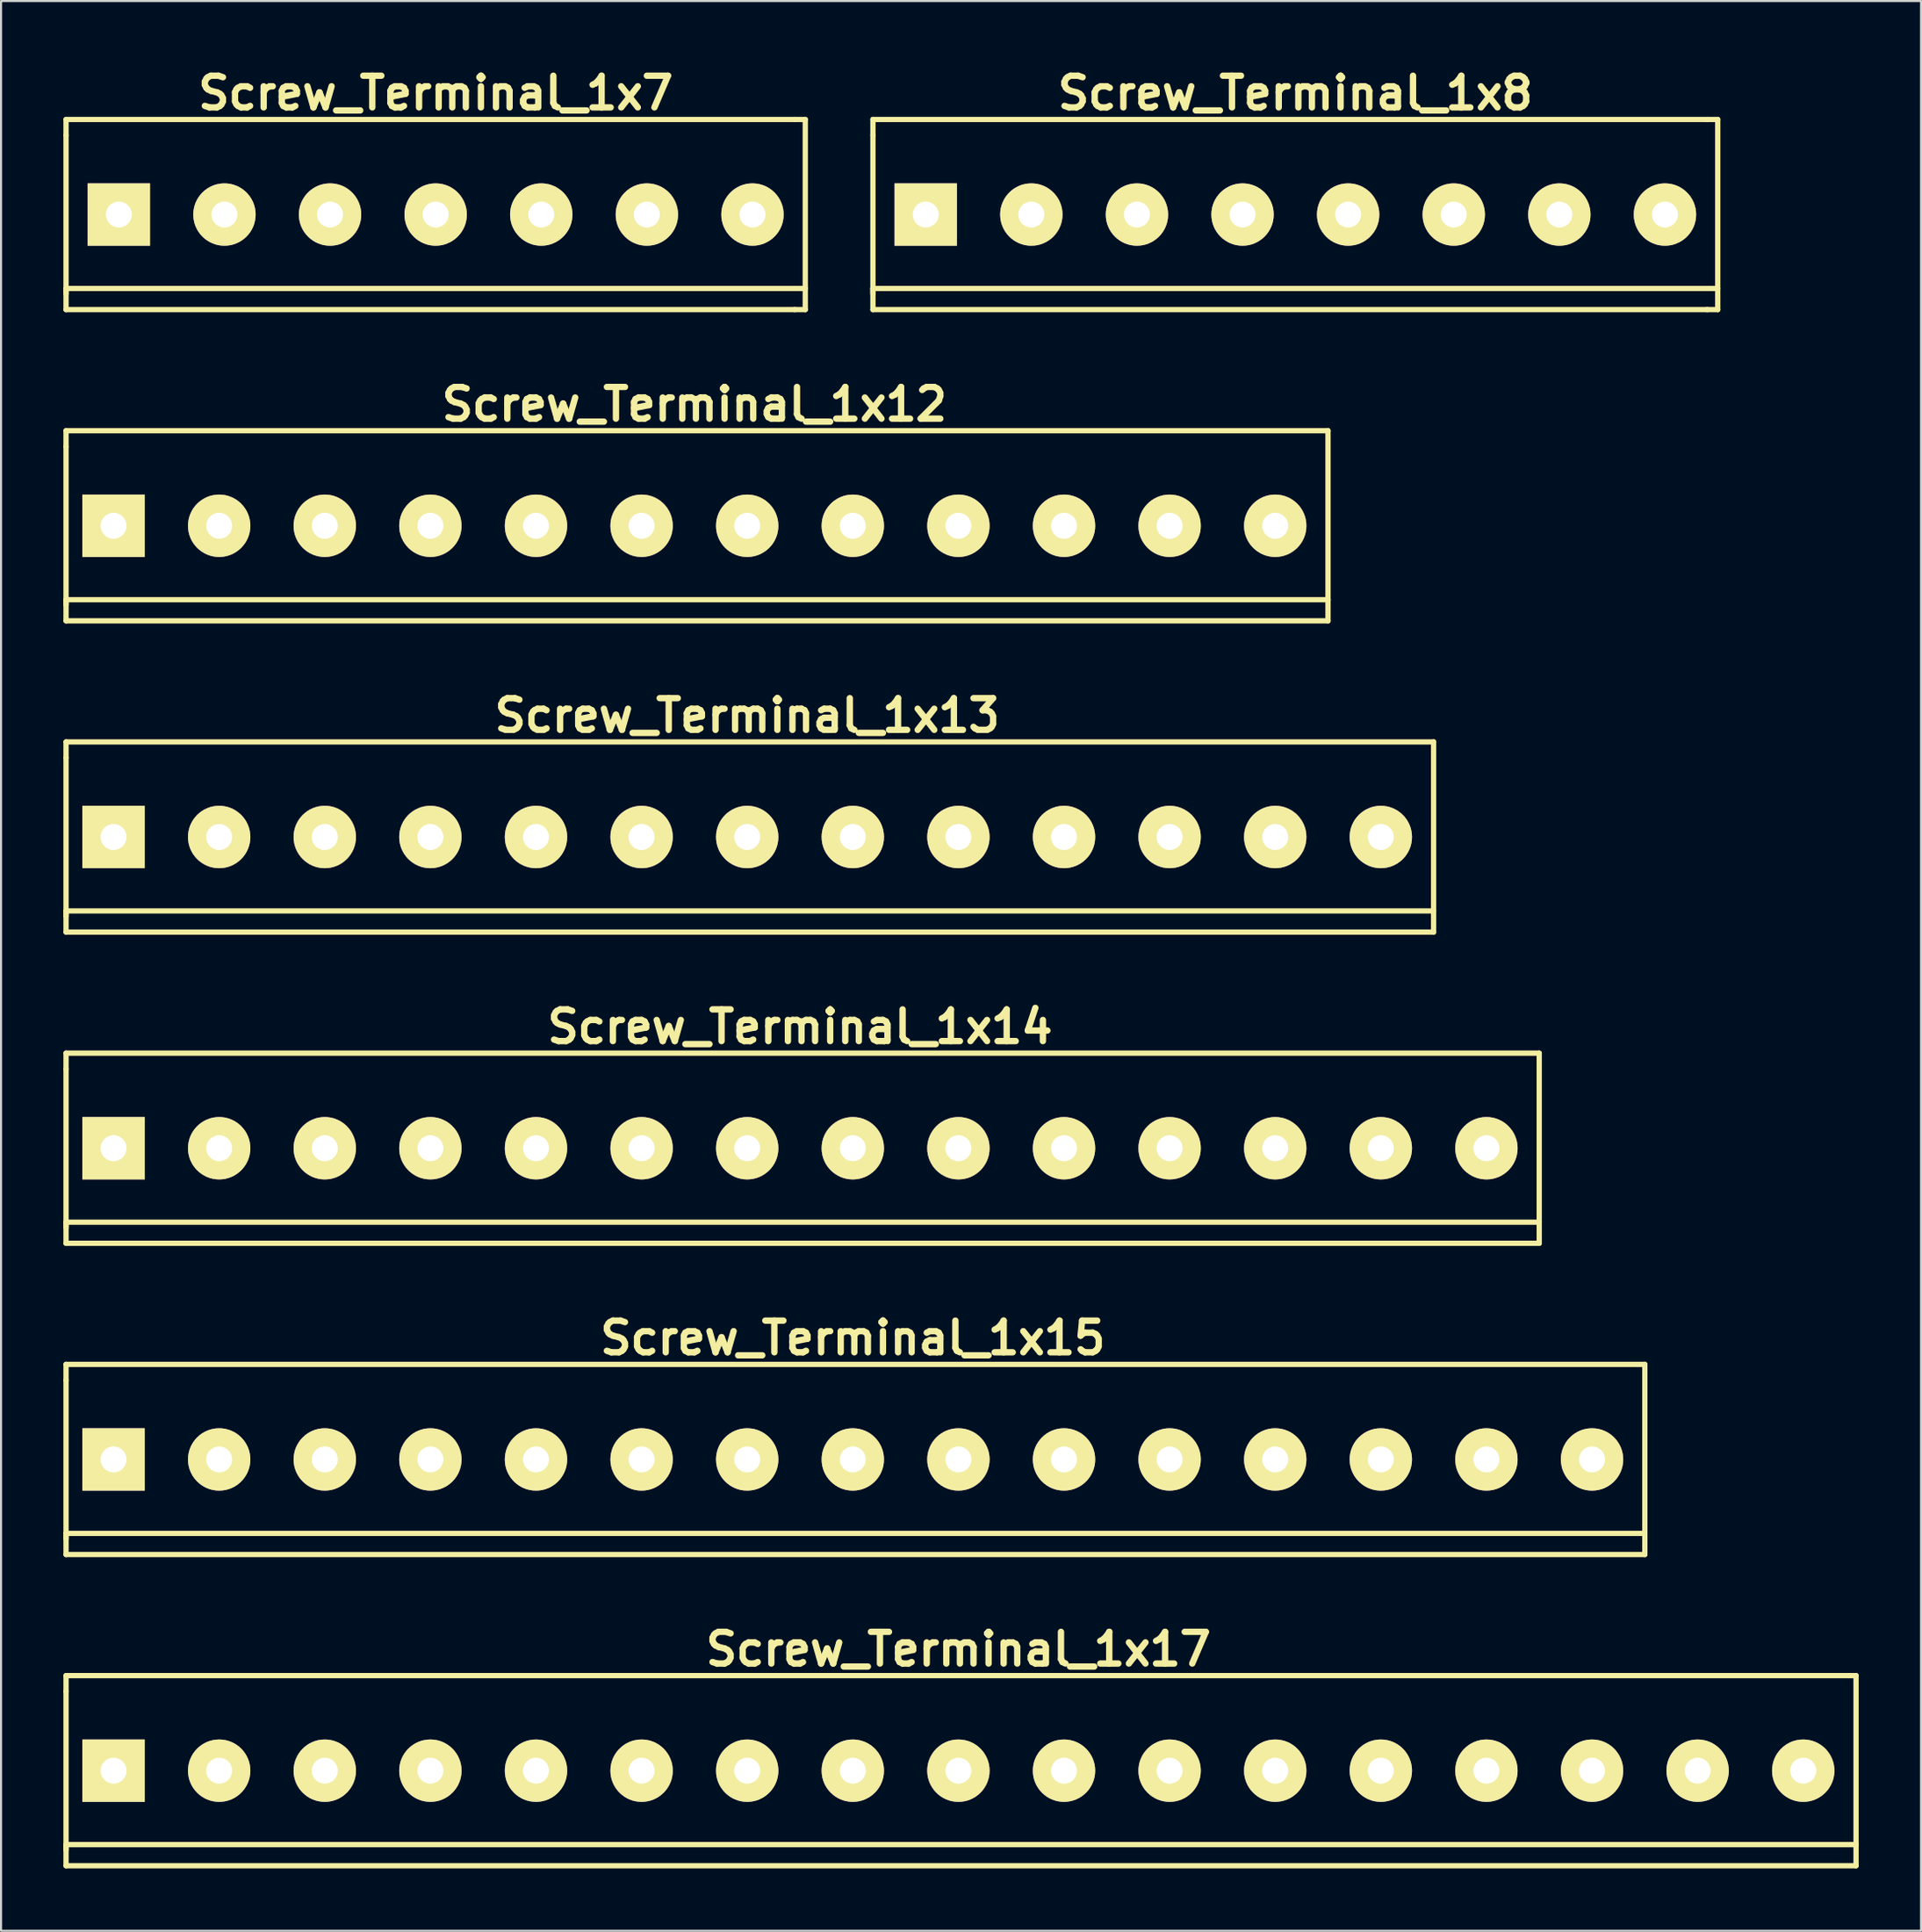
<source format=kicad_pcb>
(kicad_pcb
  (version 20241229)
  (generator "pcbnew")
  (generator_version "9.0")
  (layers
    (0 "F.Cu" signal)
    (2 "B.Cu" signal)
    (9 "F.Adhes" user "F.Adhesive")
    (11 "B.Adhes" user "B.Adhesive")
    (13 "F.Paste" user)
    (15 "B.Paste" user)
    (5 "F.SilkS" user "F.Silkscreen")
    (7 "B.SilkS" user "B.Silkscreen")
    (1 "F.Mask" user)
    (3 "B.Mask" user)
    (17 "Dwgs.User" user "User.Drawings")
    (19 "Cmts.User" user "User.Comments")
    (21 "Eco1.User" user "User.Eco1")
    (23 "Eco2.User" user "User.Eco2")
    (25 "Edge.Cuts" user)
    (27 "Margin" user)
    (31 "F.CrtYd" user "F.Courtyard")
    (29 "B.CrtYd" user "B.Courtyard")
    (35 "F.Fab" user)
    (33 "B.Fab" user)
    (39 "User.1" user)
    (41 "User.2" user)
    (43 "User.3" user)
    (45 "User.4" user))
  (footprint "Screw_Terminal_1x12"
    (layer "F.Cu")
    (at 30.353 22.236)
    (property "Reference" "Screw_Terminal_1x12" (at 0 -5.842 0) (layer "F.SilkS") (effects (font (size 1.524 1.524) (thickness 0.305))))
    (attr through_hole)
    (fp_line (start -30.226 -4.572) (end -30.226 -3.81) (stroke (width 0.254) (type solid)) (layer "F.SilkS"))
    (fp_line (start -30.226 3.81) (end -30.226 -3.81) (stroke (width 0.254) (type solid)) (layer "F.SilkS"))
    (fp_line (start -30.226 4.572) (end -30.226 3.556) (stroke (width 0.254) (type solid)) (layer "F.SilkS"))
    (fp_line (start -30.226 4.572) (end 30.48 4.572) (stroke (width 0.254) (type solid)) (layer "F.SilkS"))
    (fp_line (start 30.48 -4.572) (end -30.226 -4.572) (stroke (width 0.254) (type solid)) (layer "F.SilkS"))
    (fp_line (start 30.48 -4.572) (end 30.48 4.572) (stroke (width 0.254) (type solid)) (layer "F.SilkS"))
    (fp_line (start 30.48 3.556) (end -30.226 3.556) (stroke (width 0.254) (type solid)) (layer "F.SilkS"))
    (pad "1" thru_hole rect (at -27.94 0) (size 3 3) (drill 1.25) (layers "*.Cu" "*.Mask" "F.SilkS"))
    (pad "2" thru_hole circle (at -22.86 0) (size 3 3) (drill 1.25) (layers "*.Cu" "*.Mask" "F.SilkS"))
    (pad "3" thru_hole circle (at -17.78 0) (size 3 3) (drill 1.25) (layers "*.Cu" "*.Mask" "F.SilkS"))
    (pad "4" thru_hole circle (at -12.7 0) (size 3 3) (drill 1.25) (layers "*.Cu" "*.Mask" "F.SilkS"))
    (pad "5" thru_hole circle (at -7.62 0) (size 3 3) (drill 1.25) (layers "*.Cu" "*.Mask" "F.SilkS"))
    (pad "6" thru_hole circle (at -2.54 0) (size 3 3) (drill 1.25) (layers "*.Cu" "*.Mask" "F.SilkS"))
    (pad "7" thru_hole circle (at 2.54 0) (size 3 3) (drill 1.25) (layers "*.Cu" "*.Mask" "F.SilkS"))
    (pad "8" thru_hole circle (at 7.62 0) (size 3 3) (drill 1.25) (layers "*.Cu" "*.Mask" "F.SilkS"))
    (pad "9" thru_hole circle (at 12.7 0) (size 3 3) (drill 1.25) (layers "*.Cu" "*.Mask" "F.SilkS"))
    (pad "10" thru_hole circle (at 17.78 0) (size 3 3) (drill 1.25) (layers "*.Cu" "*.Mask" "F.SilkS"))
    (pad "11" thru_hole circle (at 22.86 0) (size 3 3) (drill 1.25) (layers "*.Cu" "*.Mask" "F.SilkS"))
    (pad "12" thru_hole circle (at 27.94 0) (size 3 3) (drill 1.25) (layers "*.Cu" "*.Mask" "F.SilkS")))
  (footprint "Screw_Terminal_1x8"
    (layer "F.Cu")
    (at 59.261 7.268)
    (property "Reference" "Screw_Terminal_1x8" (at 0 -5.842 0) (layer "F.SilkS") (effects (font (size 1.524 1.524) (thickness 0.305))))
    (attr through_hole)
    (fp_line (start -20.32 -4.572) (end -20.32 -3.81) (stroke (width 0.254) (type solid)) (layer "F.SilkS"))
    (fp_line (start -20.32 -4.572) (end 19.812 -4.572) (stroke (width 0.254) (type solid)) (layer "F.SilkS"))
    (fp_line (start -20.32 3.556) (end 19.812 3.556) (stroke (width 0.254) (type solid)) (layer "F.SilkS"))
    (fp_line (start -20.32 3.81) (end -20.32 -3.81) (stroke (width 0.254) (type solid)) (layer "F.SilkS"))
    (fp_line (start -20.32 4.572) (end -20.32 3.556) (stroke (width 0.254) (type solid)) (layer "F.SilkS"))
    (fp_line (start 19.812 -4.572) (end 20.32 -4.572) (stroke (width 0.254) (type solid)) (layer "F.SilkS"))
    (fp_line (start 19.812 3.556) (end 20.32 3.556) (stroke (width 0.254) (type solid)) (layer "F.SilkS"))
    (fp_line (start 19.812 4.572) (end -20.32 4.572) (stroke (width 0.254) (type solid)) (layer "F.SilkS"))
    (fp_line (start 20.32 -4.572) (end 20.32 4.572) (stroke (width 0.254) (type solid)) (layer "F.SilkS"))
    (fp_line (start 20.32 4.572) (end 19.812 4.572) (stroke (width 0.254) (type solid)) (layer "F.SilkS"))
    (pad "1" thru_hole rect (at -17.78 0) (size 3 3) (drill 1.25) (layers "*.Cu" "*.Mask" "F.SilkS"))
    (pad "2" thru_hole circle (at -12.7 0) (size 3 3) (drill 1.25) (layers "*.Cu" "*.Mask" "F.SilkS"))
    (pad "3" thru_hole circle (at -7.62 0) (size 3 3) (drill 1.25) (layers "*.Cu" "*.Mask" "F.SilkS"))
    (pad "4" thru_hole circle (at -2.54 0) (size 3 3) (drill 1.25) (layers "*.Cu" "*.Mask" "F.SilkS"))
    (pad "5" thru_hole circle (at 2.54 0) (size 3 3) (drill 1.25) (layers "*.Cu" "*.Mask" "F.SilkS"))
    (pad "6" thru_hole circle (at 7.62 0) (size 3 3) (drill 1.25) (layers "*.Cu" "*.Mask" "F.SilkS"))
    (pad "7" thru_hole circle (at 12.7 0) (size 3 3) (drill 1.25) (layers "*.Cu" "*.Mask" "F.SilkS"))
    (pad "8" thru_hole circle (at 17.78 0) (size 3 3) (drill 1.25) (layers "*.Cu" "*.Mask" "F.SilkS")))
  (footprint "Screw_Terminal_1x14"
    (layer "F.Cu")
    (at 35.433 52.171)
    (property "Reference" "Screw_Terminal_1x14" (at 0 -5.842 0) (layer "F.SilkS") (effects (font (size 1.524 1.524) (thickness 0.305))))
    (attr through_hole)
    (fp_line (start -35.306 -4.572) (end -35.306 -3.81) (stroke (width 0.254) (type solid)) (layer "F.SilkS"))
    (fp_line (start -35.306 3.81) (end -35.306 -3.81) (stroke (width 0.254) (type solid)) (layer "F.SilkS"))
    (fp_line (start -35.306 4.572) (end -35.306 3.556) (stroke (width 0.254) (type solid)) (layer "F.SilkS"))
    (fp_line (start -35.306 4.572) (end 35.56 4.572) (stroke (width 0.254) (type solid)) (layer "F.SilkS"))
    (fp_line (start 35.56 -4.572) (end -35.306 -4.572) (stroke (width 0.254) (type solid)) (layer "F.SilkS"))
    (fp_line (start 35.56 -4.572) (end 35.56 4.572) (stroke (width 0.254) (type solid)) (layer "F.SilkS"))
    (fp_line (start 35.56 3.556) (end -35.306 3.556) (stroke (width 0.254) (type solid)) (layer "F.SilkS"))
    (pad "1" thru_hole rect (at -33.02 0) (size 3 3) (drill 1.25) (layers "*.Cu" "*.Mask" "F.SilkS"))
    (pad "2" thru_hole circle (at -27.94 0) (size 3 3) (drill 1.25) (layers "*.Cu" "*.Mask" "F.SilkS"))
    (pad "3" thru_hole circle (at -22.86 0) (size 3 3) (drill 1.25) (layers "*.Cu" "*.Mask" "F.SilkS"))
    (pad "4" thru_hole circle (at -17.78 0) (size 3 3) (drill 1.25) (layers "*.Cu" "*.Mask" "F.SilkS"))
    (pad "5" thru_hole circle (at -12.7 0) (size 3 3) (drill 1.25) (layers "*.Cu" "*.Mask" "F.SilkS"))
    (pad "6" thru_hole circle (at -7.62 0) (size 3 3) (drill 1.25) (layers "*.Cu" "*.Mask" "F.SilkS"))
    (pad "7" thru_hole circle (at -2.54 0) (size 3 3) (drill 1.25) (layers "*.Cu" "*.Mask" "F.SilkS"))
    (pad "8" thru_hole circle (at 2.54 0) (size 3 3) (drill 1.25) (layers "*.Cu" "*.Mask" "F.SilkS"))
    (pad "9" thru_hole circle (at 7.62 0) (size 3 3) (drill 1.25) (layers "*.Cu" "*.Mask" "F.SilkS"))
    (pad "10" thru_hole circle (at 12.7 0) (size 3 3) (drill 1.25) (layers "*.Cu" "*.Mask" "F.SilkS"))
    (pad "11" thru_hole circle (at 17.78 0) (size 3 3) (drill 1.25) (layers "*.Cu" "*.Mask" "F.SilkS"))
    (pad "12" thru_hole circle (at 22.86 0) (size 3 3) (drill 1.25) (layers "*.Cu" "*.Mask" "F.SilkS"))
    (pad "13" thru_hole circle (at 27.94 0) (size 3 3) (drill 1.25) (layers "*.Cu" "*.Mask" "F.SilkS"))
    (pad "14" thru_hole circle (at 33.02 0) (size 3 3) (drill 1.25) (layers "*.Cu" "*.Mask" "F.SilkS")))
  (footprint "Screw_Terminal_1x7"
    (layer "F.Cu")
    (at 17.907 7.268)
    (property "Reference" "Screw_Terminal_1x7" (at 0 -5.842 0) (layer "F.SilkS") (effects (font (size 1.524 1.524) (thickness 0.305))))
    (attr through_hole)
    (fp_line (start -17.78 -4.572) (end -17.78 -3.81) (stroke (width 0.254) (type solid)) (layer "F.SilkS"))
    (fp_line (start -17.78 -4.572) (end 17.272 -4.572) (stroke (width 0.254) (type solid)) (layer "F.SilkS"))
    (fp_line (start -17.78 3.81) (end -17.78 -3.81) (stroke (width 0.254) (type solid)) (layer "F.SilkS"))
    (fp_line (start -17.78 4.572) (end -17.78 3.556) (stroke (width 0.254) (type solid)) (layer "F.SilkS"))
    (fp_line (start 17.272 -4.572) (end 17.78 -4.572) (stroke (width 0.254) (type solid)) (layer "F.SilkS"))
    (fp_line (start 17.272 3.556) (end -17.78 3.556) (stroke (width 0.254) (type solid)) (layer "F.SilkS"))
    (fp_line (start 17.272 3.556) (end 17.78 3.556) (stroke (width 0.254) (type solid)) (layer "F.SilkS"))
    (fp_line (start 17.272 4.572) (end -17.78 4.572) (stroke (width 0.254) (type solid)) (layer "F.SilkS"))
    (fp_line (start 17.272 4.572) (end 17.78 4.572) (stroke (width 0.254) (type solid)) (layer "F.SilkS"))
    (fp_line (start 17.78 -4.572) (end 17.78 4.572) (stroke (width 0.254) (type solid)) (layer "F.SilkS"))
    (pad "1" thru_hole rect (at -15.24 0) (size 3 3) (drill 1.25) (layers "*.Cu" "*.Mask" "F.SilkS"))
    (pad "2" thru_hole circle (at -10.16 0) (size 3 3) (drill 1.25) (layers "*.Cu" "*.Mask" "F.SilkS"))
    (pad "3" thru_hole circle (at -5.08 0) (size 3 3) (drill 1.25) (layers "*.Cu" "*.Mask" "F.SilkS"))
    (pad "4" thru_hole circle (at 0 0) (size 3 3) (drill 1.25) (layers "*.Cu" "*.Mask" "F.SilkS"))
    (pad "5" thru_hole circle (at 5.08 0) (size 3 3) (drill 1.25) (layers "*.Cu" "*.Mask" "F.SilkS"))
    (pad "6" thru_hole circle (at 10.16 0) (size 3 3) (drill 1.25) (layers "*.Cu" "*.Mask" "F.SilkS"))
    (pad "7" thru_hole circle (at 15.24 0) (size 3 3) (drill 1.25) (layers "*.Cu" "*.Mask" "F.SilkS")))
  (footprint "Screw_Terminal_1x17"
    (layer "F.Cu")
    (at 43.053 82.106)
    (property "Reference" "Screw_Terminal_1x17" (at 0 -5.842 0) (layer "F.SilkS") (effects (font (size 1.524 1.524) (thickness 0.305))))
    (attr through_hole)
    (fp_line (start -42.926 -4.572) (end -42.926 -3.81) (stroke (width 0.254) (type solid)) (layer "F.SilkS"))
    (fp_line (start -42.926 3.81) (end -42.926 -3.81) (stroke (width 0.254) (type solid)) (layer "F.SilkS"))
    (fp_line (start -42.926 4.572) (end -42.926 3.556) (stroke (width 0.254) (type solid)) (layer "F.SilkS"))
    (fp_line (start -42.926 4.572) (end 43.18 4.572) (stroke (width 0.254) (type solid)) (layer "F.SilkS"))
    (fp_line (start 43.18 -4.572) (end -42.926 -4.572) (stroke (width 0.254) (type solid)) (layer "F.SilkS"))
    (fp_line (start 43.18 -4.572) (end 43.18 4.572) (stroke (width 0.254) (type solid)) (layer "F.SilkS"))
    (fp_line (start 43.18 3.556) (end -42.926 3.556) (stroke (width 0.254) (type solid)) (layer "F.SilkS"))
    (pad "1" thru_hole rect (at -40.64 0) (size 3 3) (drill 1.25) (layers "*.Cu" "*.Mask" "F.SilkS"))
    (pad "2" thru_hole circle (at -35.56 0) (size 3 3) (drill 1.25) (layers "*.Cu" "*.Mask" "F.SilkS"))
    (pad "3" thru_hole circle (at -30.48 0) (size 3 3) (drill 1.25) (layers "*.Cu" "*.Mask" "F.SilkS"))
    (pad "4" thru_hole circle (at -25.4 0) (size 3 3) (drill 1.25) (layers "*.Cu" "*.Mask" "F.SilkS"))
    (pad "5" thru_hole circle (at -20.32 0) (size 3 3) (drill 1.25) (layers "*.Cu" "*.Mask" "F.SilkS"))
    (pad "6" thru_hole circle (at -15.24 0) (size 3 3) (drill 1.25) (layers "*.Cu" "*.Mask" "F.SilkS"))
    (pad "7" thru_hole circle (at -10.16 0) (size 3 3) (drill 1.25) (layers "*.Cu" "*.Mask" "F.SilkS"))
    (pad "8" thru_hole circle (at -5.08 0) (size 3 3) (drill 1.25) (layers "*.Cu" "*.Mask" "F.SilkS"))
    (pad "9" thru_hole circle (at 0 0) (size 3 3) (drill 1.25) (layers "*.Cu" "*.Mask" "F.SilkS"))
    (pad "10" thru_hole circle (at 5.08 0) (size 3 3) (drill 1.25) (layers "*.Cu" "*.Mask" "F.SilkS"))
    (pad "11" thru_hole circle (at 10.16 0) (size 3 3) (drill 1.25) (layers "*.Cu" "*.Mask" "F.SilkS"))
    (pad "12" thru_hole circle (at 15.24 0) (size 3 3) (drill 1.25) (layers "*.Cu" "*.Mask" "F.SilkS"))
    (pad "13" thru_hole circle (at 20.32 0) (size 3 3) (drill 1.25) (layers "*.Cu" "*.Mask" "F.SilkS"))
    (pad "14" thru_hole circle (at 25.4 0) (size 3 3) (drill 1.25) (layers "*.Cu" "*.Mask" "F.SilkS"))
    (pad "15" thru_hole circle (at 30.48 0) (size 3 3) (drill 1.25) (layers "*.Cu" "*.Mask" "F.SilkS"))
    (pad "16" thru_hole circle (at 35.56 0) (size 3 3) (drill 1.25) (layers "*.Cu" "*.Mask" "F.SilkS"))
    (pad "17" thru_hole circle (at 40.64 0) (size 3 3) (drill 1.25) (layers "*.Cu" "*.Mask" "F.SilkS")))
  (footprint "Screw_Terminal_1x15"
    (layer "F.Cu")
    (at 37.973 67.138)
    (property "Reference" "Screw_Terminal_1x15" (at 0 -5.842 0) (layer "F.SilkS") (effects (font (size 1.524 1.524) (thickness 0.305))))
    (attr through_hole)
    (fp_line (start -37.846 -4.572) (end -37.846 -3.81) (stroke (width 0.254) (type solid)) (layer "F.SilkS"))
    (fp_line (start -37.846 3.81) (end -37.846 -3.81) (stroke (width 0.254) (type solid)) (layer "F.SilkS"))
    (fp_line (start -37.846 4.572) (end -37.846 3.556) (stroke (width 0.254) (type solid)) (layer "F.SilkS"))
    (fp_line (start -37.846 4.572) (end 38.1 4.572) (stroke (width 0.254) (type solid)) (layer "F.SilkS"))
    (fp_line (start 38.1 -4.572) (end -37.846 -4.572) (stroke (width 0.254) (type solid)) (layer "F.SilkS"))
    (fp_line (start 38.1 -4.572) (end 38.1 4.572) (stroke (width 0.254) (type solid)) (layer "F.SilkS"))
    (fp_line (start 38.1 3.556) (end -37.846 3.556) (stroke (width 0.254) (type solid)) (layer "F.SilkS"))
    (pad "1" thru_hole rect (at -35.56 0) (size 3 3) (drill 1.25) (layers "*.Cu" "*.Mask" "F.SilkS"))
    (pad "2" thru_hole circle (at -30.48 0) (size 3 3) (drill 1.25) (layers "*.Cu" "*.Mask" "F.SilkS"))
    (pad "3" thru_hole circle (at -25.4 0) (size 3 3) (drill 1.25) (layers "*.Cu" "*.Mask" "F.SilkS"))
    (pad "4" thru_hole circle (at -20.32 0) (size 3 3) (drill 1.25) (layers "*.Cu" "*.Mask" "F.SilkS"))
    (pad "5" thru_hole circle (at -15.24 0) (size 3 3) (drill 1.25) (layers "*.Cu" "*.Mask" "F.SilkS"))
    (pad "6" thru_hole circle (at -10.16 0) (size 3 3) (drill 1.25) (layers "*.Cu" "*.Mask" "F.SilkS"))
    (pad "7" thru_hole circle (at -5.08 0) (size 3 3) (drill 1.25) (layers "*.Cu" "*.Mask" "F.SilkS"))
    (pad "8" thru_hole circle (at 0 0) (size 3 3) (drill 1.25) (layers "*.Cu" "*.Mask" "F.SilkS"))
    (pad "9" thru_hole circle (at 5.08 0) (size 3 3) (drill 1.25) (layers "*.Cu" "*.Mask" "F.SilkS"))
    (pad "10" thru_hole circle (at 10.16 0) (size 3 3) (drill 1.25) (layers "*.Cu" "*.Mask" "F.SilkS"))
    (pad "11" thru_hole circle (at 15.24 0) (size 3 3) (drill 1.25) (layers "*.Cu" "*.Mask" "F.SilkS"))
    (pad "12" thru_hole circle (at 20.32 0) (size 3 3) (drill 1.25) (layers "*.Cu" "*.Mask" "F.SilkS"))
    (pad "13" thru_hole circle (at 25.4 0) (size 3 3) (drill 1.25) (layers "*.Cu" "*.Mask" "F.SilkS"))
    (pad "14" thru_hole circle (at 30.48 0) (size 3 3) (drill 1.25) (layers "*.Cu" "*.Mask" "F.SilkS"))
    (pad "15" thru_hole circle (at 35.56 0) (size 3 3) (drill 1.25) (layers "*.Cu" "*.Mask" "F.SilkS")))
  (footprint "Screw_Terminal_1x13"
    (layer "F.Cu")
    (at 32.893 37.203)
    (property "Reference" "Screw_Terminal_1x13" (at 0 -5.842 0) (layer "F.SilkS") (effects (font (size 1.524 1.524) (thickness 0.305))))
    (attr through_hole)
    (fp_line (start -32.766 -4.572) (end -32.766 -3.81) (stroke (width 0.254) (type solid)) (layer "F.SilkS"))
    (fp_line (start -32.766 3.81) (end -32.766 -3.81) (stroke (width 0.254) (type solid)) (layer "F.SilkS"))
    (fp_line (start -32.766 4.572) (end -32.766 3.556) (stroke (width 0.254) (type solid)) (layer "F.SilkS"))
    (fp_line (start -32.766 4.572) (end 33.02 4.572) (stroke (width 0.254) (type solid)) (layer "F.SilkS"))
    (fp_line (start 33.02 -4.572) (end -32.766 -4.572) (stroke (width 0.254) (type solid)) (layer "F.SilkS"))
    (fp_line (start 33.02 -4.572) (end 33.02 4.572) (stroke (width 0.254) (type solid)) (layer "F.SilkS"))
    (fp_line (start 33.02 3.556) (end -32.766 3.556) (stroke (width 0.254) (type solid)) (layer "F.SilkS"))
    (pad "1" thru_hole rect (at -30.48 0) (size 3 3) (drill 1.25) (layers "*.Cu" "*.Mask" "F.SilkS"))
    (pad "2" thru_hole circle (at -25.4 0) (size 3 3) (drill 1.25) (layers "*.Cu" "*.Mask" "F.SilkS"))
    (pad "3" thru_hole circle (at -20.32 0) (size 3 3) (drill 1.25) (layers "*.Cu" "*.Mask" "F.SilkS"))
    (pad "4" thru_hole circle (at -15.24 0) (size 3 3) (drill 1.25) (layers "*.Cu" "*.Mask" "F.SilkS"))
    (pad "5" thru_hole circle (at -10.16 0) (size 3 3) (drill 1.25) (layers "*.Cu" "*.Mask" "F.SilkS"))
    (pad "6" thru_hole circle (at -5.08 0) (size 3 3) (drill 1.25) (layers "*.Cu" "*.Mask" "F.SilkS"))
    (pad "7" thru_hole circle (at 0 0) (size 3 3) (drill 1.25) (layers "*.Cu" "*.Mask" "F.SilkS"))
    (pad "8" thru_hole circle (at 5.08 0) (size 3 3) (drill 1.25) (layers "*.Cu" "*.Mask" "F.SilkS"))
    (pad "9" thru_hole circle (at 10.16 0) (size 3 3) (drill 1.25) (layers "*.Cu" "*.Mask" "F.SilkS"))
    (pad "10" thru_hole circle (at 15.24 0) (size 3 3) (drill 1.25) (layers "*.Cu" "*.Mask" "F.SilkS"))
    (pad "11" thru_hole circle (at 20.32 0) (size 3 3) (drill 1.25) (layers "*.Cu" "*.Mask" "F.SilkS"))
    (pad "12" thru_hole circle (at 25.4 0) (size 3 3) (drill 1.25) (layers "*.Cu" "*.Mask" "F.SilkS"))
    (pad "13" thru_hole circle (at 30.48 0) (size 3 3) (drill 1.25) (layers "*.Cu" "*.Mask" "F.SilkS")))
  (gr_rect
    (start -3 -3)
    (end 89.36 89.805)
    (stroke (width 0.1) (type default))
    (fill no)
    (layer "Edge.Cuts")))
</source>
